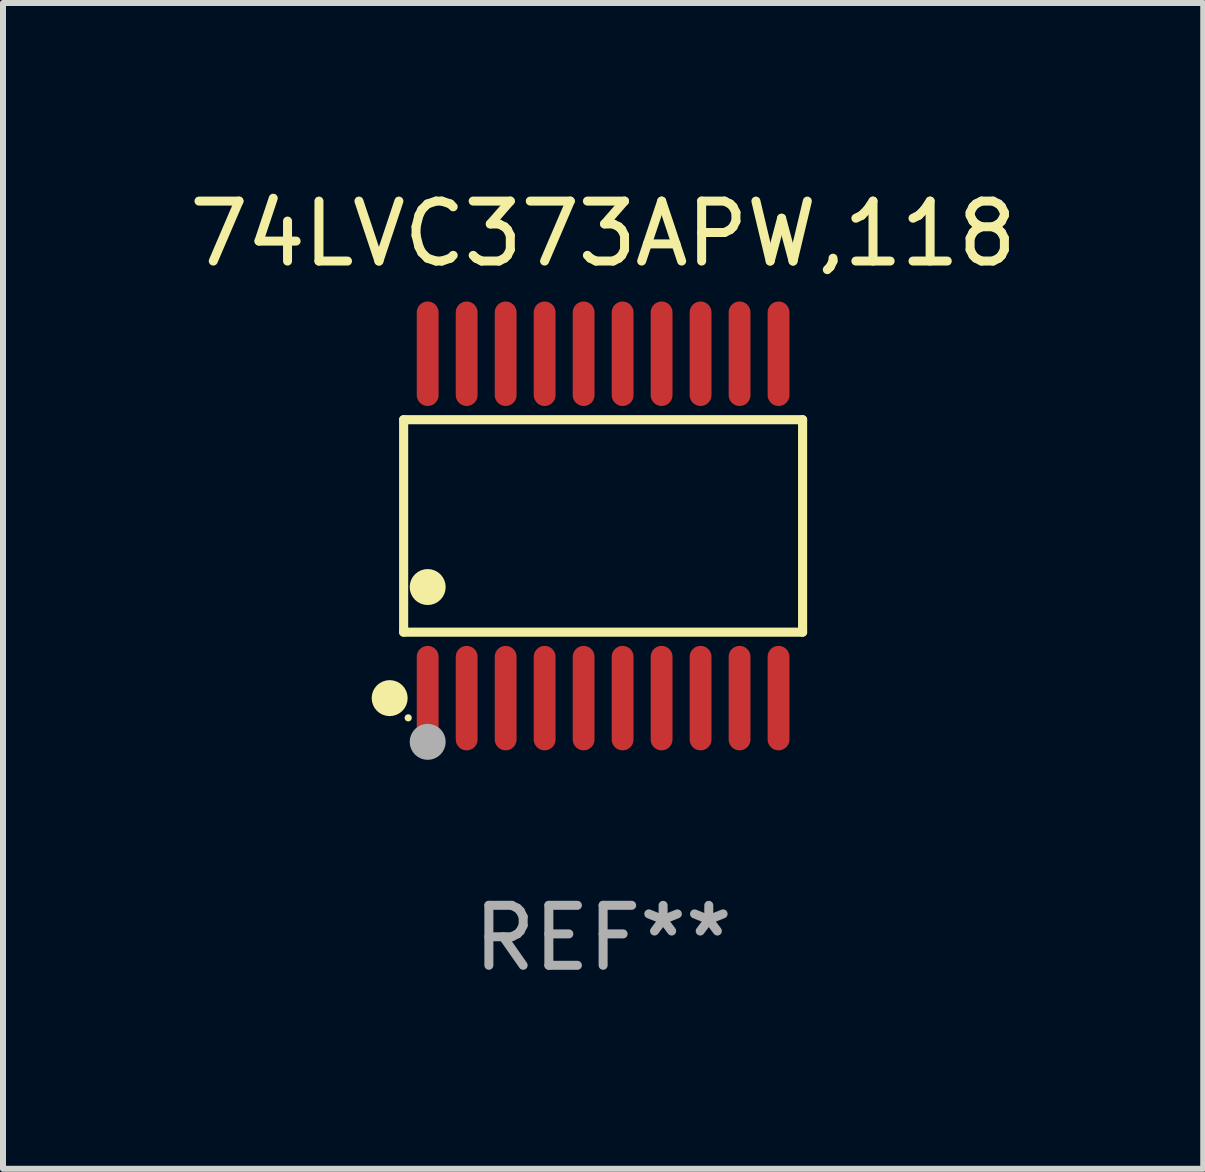
<source format=kicad_pcb>
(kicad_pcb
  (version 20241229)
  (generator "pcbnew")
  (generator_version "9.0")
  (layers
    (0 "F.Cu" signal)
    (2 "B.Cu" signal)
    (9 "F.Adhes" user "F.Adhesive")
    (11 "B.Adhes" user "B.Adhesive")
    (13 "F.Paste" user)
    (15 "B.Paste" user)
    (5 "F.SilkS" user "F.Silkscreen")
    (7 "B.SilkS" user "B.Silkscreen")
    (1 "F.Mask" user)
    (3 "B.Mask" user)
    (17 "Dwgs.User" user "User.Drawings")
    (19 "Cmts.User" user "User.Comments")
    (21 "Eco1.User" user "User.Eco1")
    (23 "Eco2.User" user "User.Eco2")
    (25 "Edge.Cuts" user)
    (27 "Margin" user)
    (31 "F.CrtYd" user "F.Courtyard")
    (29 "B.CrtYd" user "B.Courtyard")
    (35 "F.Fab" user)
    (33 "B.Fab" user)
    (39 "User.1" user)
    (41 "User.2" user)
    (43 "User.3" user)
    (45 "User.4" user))
  (footprint "74LVC373APW,118"
    (layer "F.Cu")
    (at 7.006 5.719)
    (property "Reference" "74LVC373APW,118" (at 0 -4.871 0) (layer "F.SilkS") (effects (font (size 1 1) (thickness 0.15))))
    (attr through_hole)
    (fp_line (start -3.326 -1.771) (end 3.326 -1.771) (stroke (width 0.152) (type solid)) (layer "F.SilkS"))
    (fp_line (start -3.326 1.771) (end -3.326 -1.771) (stroke (width 0.152) (type solid)) (layer "F.SilkS"))
    (fp_line (start 3.326 -1.771) (end 3.326 1.771) (stroke (width 0.152) (type solid)) (layer "F.SilkS"))
    (fp_line (start 3.326 1.771) (end -3.326 1.771) (stroke (width 0.152) (type solid)) (layer "F.SilkS"))
    (fp_circle (center -3.559 2.871) (end -3.409 2.871) (stroke (width 0.3) (type solid)) (fill no) (layer "F.SilkS"))
    (fp_circle (center -3.25 3.2) (end -3.22 3.2) (stroke (width 0.06) (type solid)) (fill no) (layer "F.SilkS"))
    (fp_circle (center -2.925 1.019) (end -2.775 1.019) (stroke (width 0.3) (type solid)) (fill no) (layer "F.SilkS"))
    (fp_circle (center -2.925 3.6) (end -2.775 3.6) (stroke (width 0.3) (type solid)) (fill no) (layer "F.Fab"))
    (fp_text user "REF**" (at 0 6.871 0) (layer "F.Fab") (effects (font (size 1 1) (thickness 0.15))))
    (pad "1" smd oval (at -2.925 2.871) (size 0.364 1.742) (layers "F.Cu" "F.Mask" "F.Paste"))
    (pad "2" smd oval (at -2.275 2.871) (size 0.364 1.742) (layers "F.Cu" "F.Mask" "F.Paste"))
    (pad "3" smd oval (at -1.625 2.871) (size 0.364 1.742) (layers "F.Cu" "F.Mask" "F.Paste"))
    (pad "4" smd oval (at -0.975 2.871) (size 0.364 1.742) (layers "F.Cu" "F.Mask" "F.Paste"))
    (pad "5" smd oval (at -0.325 2.871) (size 0.364 1.742) (layers "F.Cu" "F.Mask" "F.Paste"))
    (pad "6" smd oval (at 0.325 2.871) (size 0.364 1.742) (layers "F.Cu" "F.Mask" "F.Paste"))
    (pad "7" smd oval (at 0.975 2.871) (size 0.364 1.742) (layers "F.Cu" "F.Mask" "F.Paste"))
    (pad "8" smd oval (at 1.625 2.871) (size 0.364 1.742) (layers "F.Cu" "F.Mask" "F.Paste"))
    (pad "9" smd oval (at 2.275 2.871) (size 0.364 1.742) (layers "F.Cu" "F.Mask" "F.Paste"))
    (pad "10" smd oval (at 2.925 2.871) (size 0.364 1.742) (layers "F.Cu" "F.Mask" "F.Paste"))
    (pad "11" smd oval (at 2.925 -2.871) (size 0.364 1.742) (layers "F.Cu" "F.Mask" "F.Paste"))
    (pad "12" smd oval (at 2.275 -2.871) (size 0.364 1.742) (layers "F.Cu" "F.Mask" "F.Paste"))
    (pad "13" smd oval (at 1.625 -2.871) (size 0.364 1.742) (layers "F.Cu" "F.Mask" "F.Paste"))
    (pad "14" smd oval (at 0.975 -2.871) (size 0.364 1.742) (layers "F.Cu" "F.Mask" "F.Paste"))
    (pad "15" smd oval (at 0.325 -2.871) (size 0.364 1.742) (layers "F.Cu" "F.Mask" "F.Paste"))
    (pad "16" smd oval (at -0.325 -2.871) (size 0.364 1.742) (layers "F.Cu" "F.Mask" "F.Paste"))
    (pad "17" smd oval (at -0.975 -2.871) (size 0.364 1.742) (layers "F.Cu" "F.Mask" "F.Paste"))
    (pad "18" smd oval (at -1.625 -2.871) (size 0.364 1.742) (layers "F.Cu" "F.Mask" "F.Paste"))
    (pad "19" smd oval (at -2.275 -2.871) (size 0.364 1.742) (layers "F.Cu" "F.Mask" "F.Paste"))
    (pad "20" smd oval (at -2.925 -2.871) (size 0.364 1.742) (layers "F.Cu" "F.Mask" "F.Paste")))
  (gr_rect
    (start -3 -3)
    (end 17.012 16.438)
    (stroke (width 0.1) (type default))
    (fill no)
    (layer "Edge.Cuts")))
</source>
